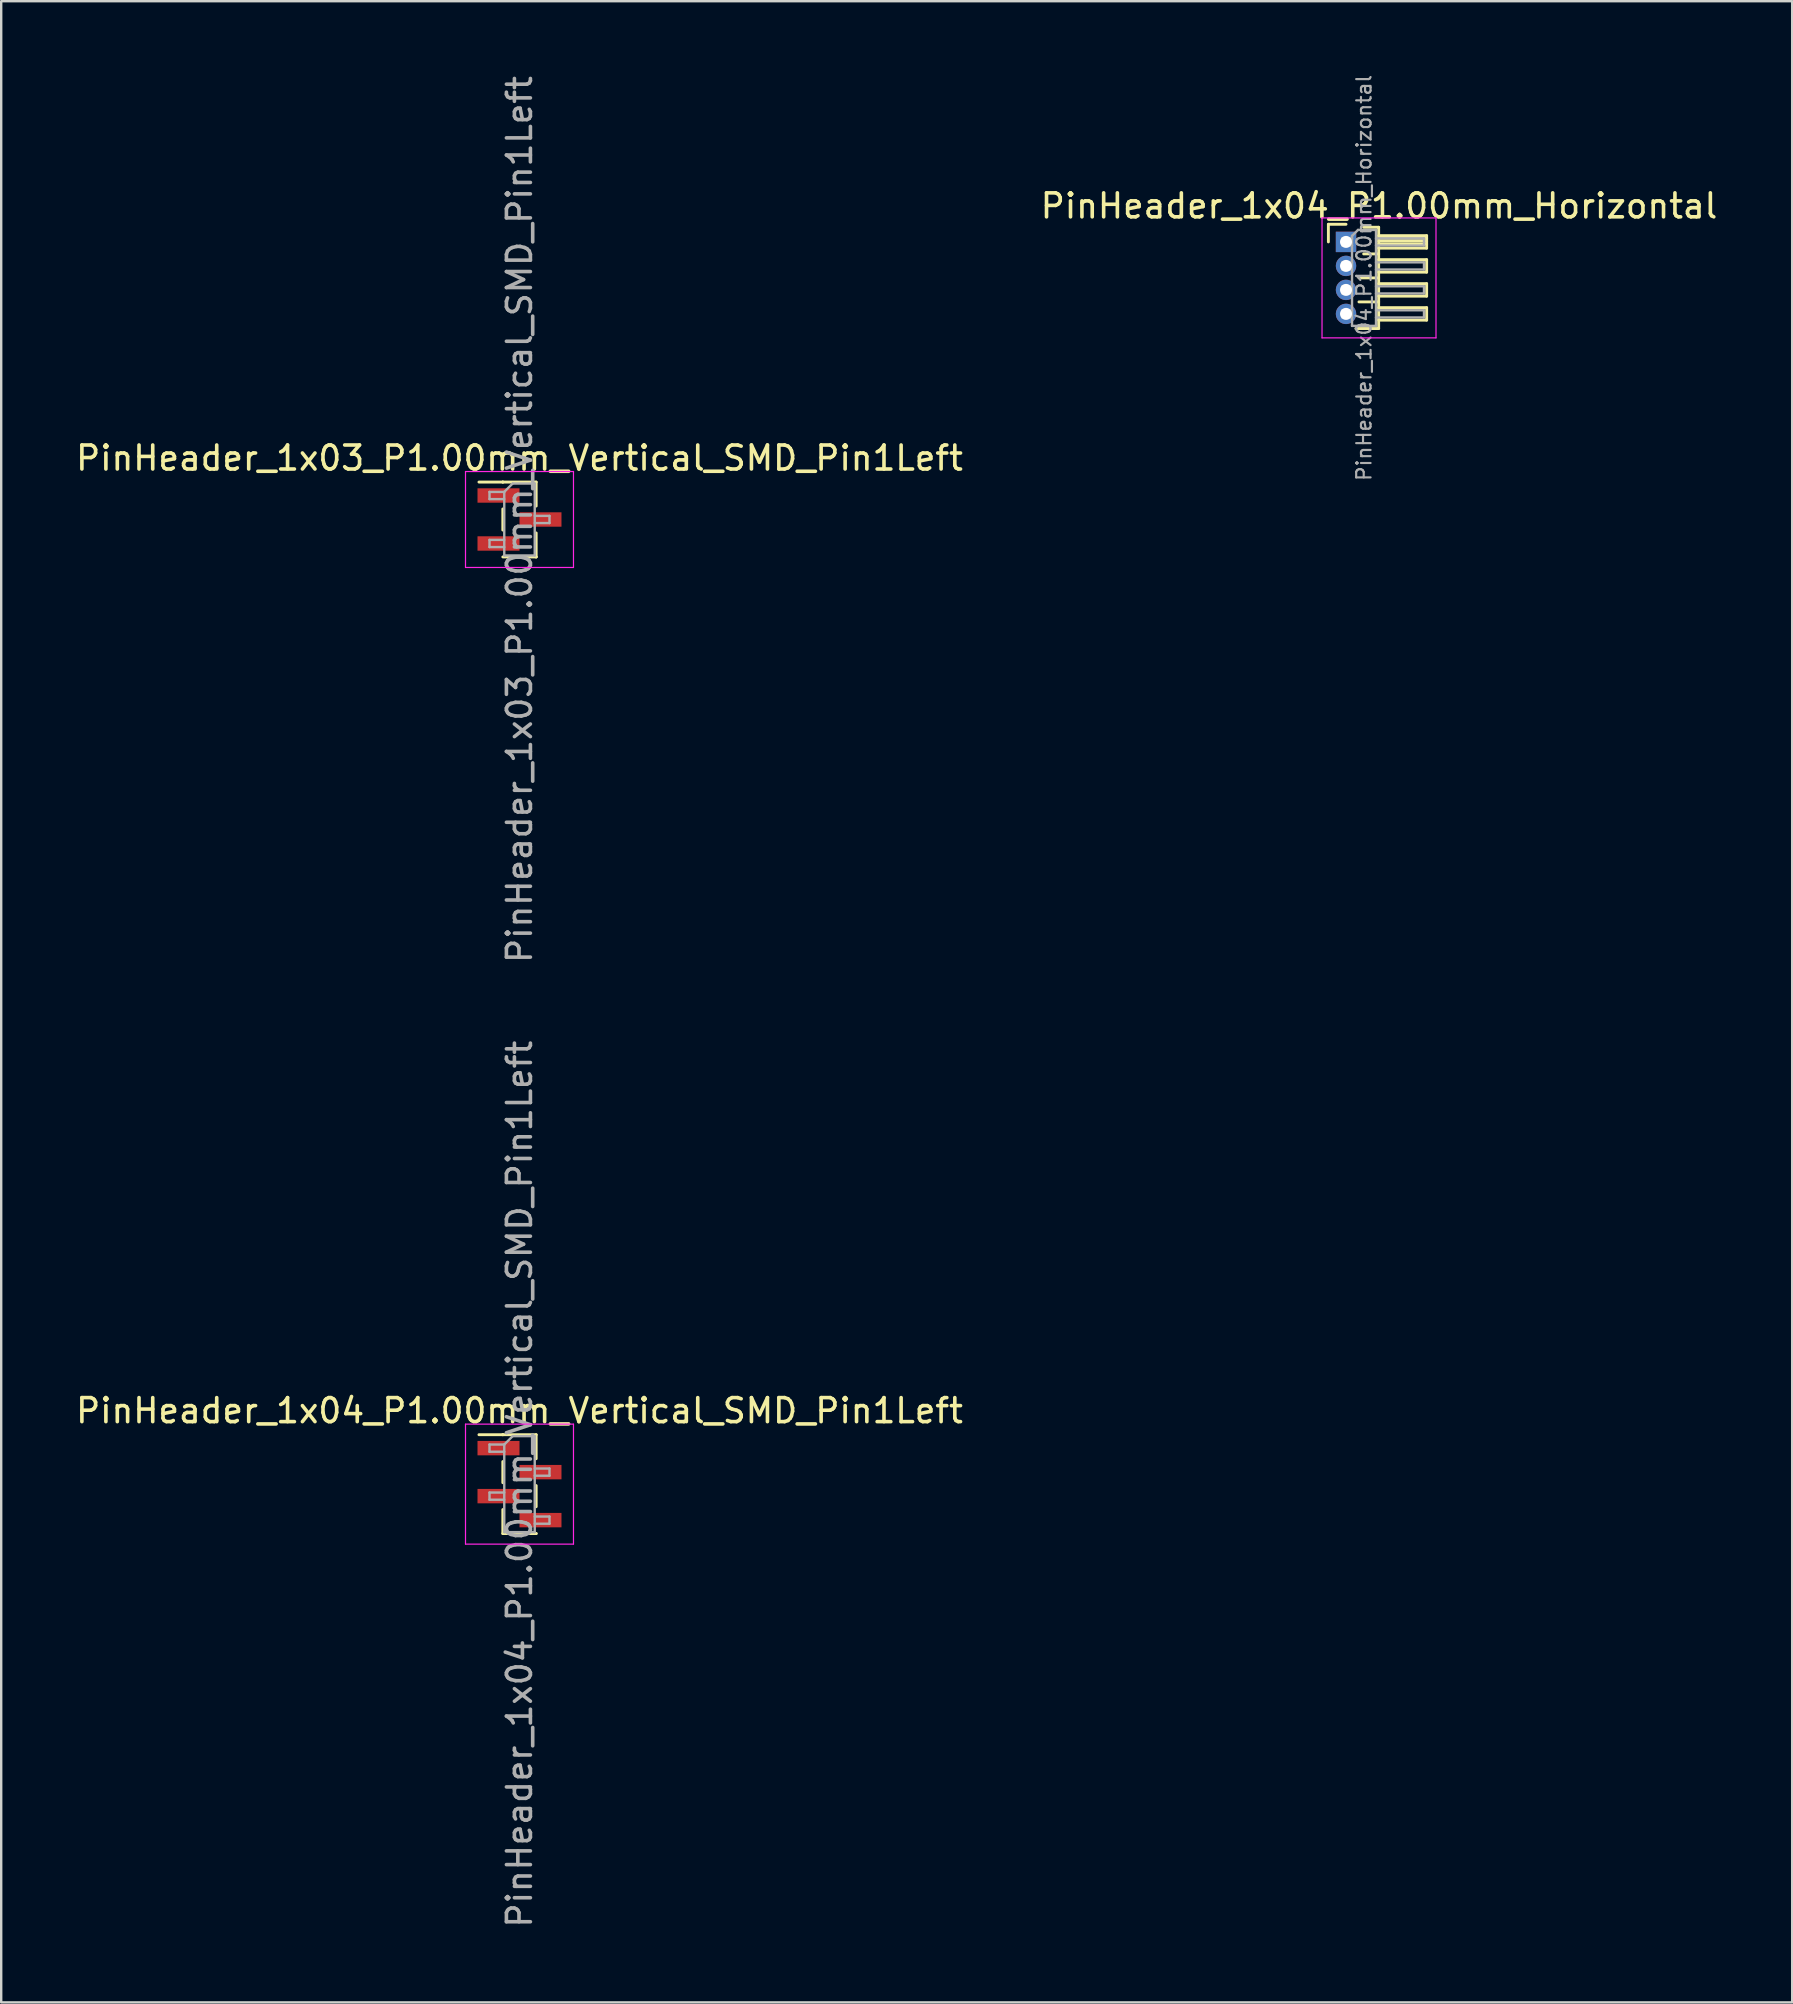
<source format=kicad_pcb>
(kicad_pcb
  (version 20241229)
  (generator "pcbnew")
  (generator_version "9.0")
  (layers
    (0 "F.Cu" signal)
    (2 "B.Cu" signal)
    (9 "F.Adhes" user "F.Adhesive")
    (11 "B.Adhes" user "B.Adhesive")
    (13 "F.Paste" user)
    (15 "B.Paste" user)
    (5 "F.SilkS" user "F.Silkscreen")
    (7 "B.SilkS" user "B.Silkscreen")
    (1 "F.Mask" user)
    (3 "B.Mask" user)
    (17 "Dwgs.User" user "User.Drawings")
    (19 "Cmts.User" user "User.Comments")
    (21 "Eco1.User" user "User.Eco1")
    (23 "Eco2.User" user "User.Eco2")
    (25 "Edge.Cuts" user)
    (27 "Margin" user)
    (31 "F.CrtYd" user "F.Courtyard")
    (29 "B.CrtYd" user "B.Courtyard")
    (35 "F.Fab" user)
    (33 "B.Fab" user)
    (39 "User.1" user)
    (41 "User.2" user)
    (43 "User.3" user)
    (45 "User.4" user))
  (footprint "PinHeader_1x03_P1.00mm_Vertical_SMD_Pin1Left"
    (layer "F.Cu")
    (at 18.601 18.601)
    (property "Reference" "PinHeader_1x03_P1.00mm_Vertical_SMD_Pin1Left" (at 0 -2.56 0) (layer "F.SilkS") (effects (font (size 1 1) (thickness 0.15))))
    (attr smd)
    (fp_line (start -0.695 -1.56) (end -1.69 -1.56) (stroke (width 0.12) (type solid)) (layer "F.SilkS"))
    (fp_line (start -0.695 -1.56) (end -0.695 -1.56) (stroke (width 0.12) (type solid)) (layer "F.SilkS"))
    (fp_line (start -0.695 -1.56) (end 0.695 -1.56) (stroke (width 0.12) (type solid)) (layer "F.SilkS"))
    (fp_line (start -0.695 -0.44) (end -0.695 0.44) (stroke (width 0.12) (type solid)) (layer "F.SilkS"))
    (fp_line (start -0.695 1.56) (end 0.695 1.56) (stroke (width 0.12) (type solid)) (layer "F.SilkS"))
    (fp_line (start 0.695 -1.56) (end 0.695 -0.56) (stroke (width 0.12) (type solid)) (layer "F.SilkS"))
    (fp_line (start 0.695 0.56) (end 0.695 1.56) (stroke (width 0.12) (type solid)) (layer "F.SilkS"))
    (fp_line (start 0.695 1.56) (end 0.695 1.56) (stroke (width 0.12) (type solid)) (layer "F.SilkS"))
    (fp_line (start -2.25 -2) (end -2.25 2) (stroke (width 0.05) (type solid)) (layer "F.CrtYd"))
    (fp_line (start -2.25 2) (end 2.25 2) (stroke (width 0.05) (type solid)) (layer "F.CrtYd"))
    (fp_line (start 2.25 -2) (end -2.25 -2) (stroke (width 0.05) (type solid)) (layer "F.CrtYd"))
    (fp_line (start 2.25 2) (end 2.25 -2) (stroke (width 0.05) (type solid)) (layer "F.CrtYd"))
    (fp_line (start -1.25 -1.15) (end -1.25 -0.85) (stroke (width 0.1) (type solid)) (layer "F.Fab"))
    (fp_line (start -1.25 -0.85) (end -0.635 -0.85) (stroke (width 0.1) (type solid)) (layer "F.Fab"))
    (fp_line (start -1.25 0.85) (end -1.25 1.15) (stroke (width 0.1) (type solid)) (layer "F.Fab"))
    (fp_line (start -1.25 1.15) (end -0.635 1.15) (stroke (width 0.1) (type solid)) (layer "F.Fab"))
    (fp_line (start -0.635 -1.15) (end -1.25 -1.15) (stroke (width 0.1) (type solid)) (layer "F.Fab"))
    (fp_line (start -0.635 -1.15) (end -0.285 -1.5) (stroke (width 0.1) (type solid)) (layer "F.Fab"))
    (fp_line (start -0.635 0.85) (end -1.25 0.85) (stroke (width 0.1) (type solid)) (layer "F.Fab"))
    (fp_line (start -0.635 1.5) (end -0.635 -1.15) (stroke (width 0.1) (type solid)) (layer "F.Fab"))
    (fp_line (start -0.285 -1.5) (end 0.635 -1.5) (stroke (width 0.1) (type solid)) (layer "F.Fab"))
    (fp_line (start 0.635 -1.5) (end 0.635 1.5) (stroke (width 0.1) (type solid)) (layer "F.Fab"))
    (fp_line (start 0.635 -0.15) (end 1.25 -0.15) (stroke (width 0.1) (type solid)) (layer "F.Fab"))
    (fp_line (start 0.635 1.5) (end -0.635 1.5) (stroke (width 0.1) (type solid)) (layer "F.Fab"))
    (fp_line (start 1.25 -0.15) (end 1.25 0.15) (stroke (width 0.1) (type solid)) (layer "F.Fab"))
    (fp_line (start 1.25 0.15) (end 0.635 0.15) (stroke (width 0.1) (type solid)) (layer "F.Fab"))
    (fp_text user "${REFERENCE}" (at 0 0 90) (layer "F.Fab") (effects (font (size 1 1) (thickness 0.15))))
    (pad "1" smd rect (at -0.875 -1) (size 1.75 0.6) (layers "F.Cu" "F.Mask" "F.Paste"))
    (pad "2" smd rect (at 0.875 0) (size 1.75 0.6) (layers "F.Cu" "F.Mask" "F.Paste"))
    (pad "3" smd rect (at -0.875 1) (size 1.75 0.6) (layers "F.Cu" "F.Mask" "F.Paste")))
  (footprint "PinHeader_1x04_P1.00mm_Vertical_SMD_Pin1Left"
    (layer "F.Cu")
    (at 18.601 58.804)
    (property "Reference" "PinHeader_1x04_P1.00mm_Vertical_SMD_Pin1Left" (at 0 -3.06 0) (layer "F.SilkS") (effects (font (size 1 1) (thickness 0.15))))
    (attr smd)
    (fp_line (start -0.695 -2.06) (end -1.69 -2.06) (stroke (width 0.12) (type solid)) (layer "F.SilkS"))
    (fp_line (start -0.695 -2.06) (end -0.695 -2.06) (stroke (width 0.12) (type solid)) (layer "F.SilkS"))
    (fp_line (start -0.695 -2.06) (end 0.695 -2.06) (stroke (width 0.12) (type solid)) (layer "F.SilkS"))
    (fp_line (start -0.695 -0.94) (end -0.695 -0.06) (stroke (width 0.12) (type solid)) (layer "F.SilkS"))
    (fp_line (start -0.695 1.06) (end -0.695 2.06) (stroke (width 0.12) (type solid)) (layer "F.SilkS"))
    (fp_line (start -0.695 2.06) (end 0.695 2.06) (stroke (width 0.12) (type solid)) (layer "F.SilkS"))
    (fp_line (start 0.695 -2.06) (end 0.695 -1.06) (stroke (width 0.12) (type solid)) (layer "F.SilkS"))
    (fp_line (start 0.695 0.06) (end 0.695 0.94) (stroke (width 0.12) (type solid)) (layer "F.SilkS"))
    (fp_line (start 0.695 2.06) (end 0.695 2.06) (stroke (width 0.12) (type solid)) (layer "F.SilkS"))
    (fp_line (start -2.25 -2.5) (end -2.25 2.5) (stroke (width 0.05) (type solid)) (layer "F.CrtYd"))
    (fp_line (start -2.25 2.5) (end 2.25 2.5) (stroke (width 0.05) (type solid)) (layer "F.CrtYd"))
    (fp_line (start 2.25 -2.5) (end -2.25 -2.5) (stroke (width 0.05) (type solid)) (layer "F.CrtYd"))
    (fp_line (start 2.25 2.5) (end 2.25 -2.5) (stroke (width 0.05) (type solid)) (layer "F.CrtYd"))
    (fp_line (start -1.25 -1.65) (end -1.25 -1.35) (stroke (width 0.1) (type solid)) (layer "F.Fab"))
    (fp_line (start -1.25 -1.35) (end -0.635 -1.35) (stroke (width 0.1) (type solid)) (layer "F.Fab"))
    (fp_line (start -1.25 0.35) (end -1.25 0.65) (stroke (width 0.1) (type solid)) (layer "F.Fab"))
    (fp_line (start -1.25 0.65) (end -0.635 0.65) (stroke (width 0.1) (type solid)) (layer "F.Fab"))
    (fp_line (start -0.635 -1.65) (end -1.25 -1.65) (stroke (width 0.1) (type solid)) (layer "F.Fab"))
    (fp_line (start -0.635 -1.65) (end -0.285 -2) (stroke (width 0.1) (type solid)) (layer "F.Fab"))
    (fp_line (start -0.635 0.35) (end -1.25 0.35) (stroke (width 0.1) (type solid)) (layer "F.Fab"))
    (fp_line (start -0.635 2) (end -0.635 -1.65) (stroke (width 0.1) (type solid)) (layer "F.Fab"))
    (fp_line (start -0.285 -2) (end 0.635 -2) (stroke (width 0.1) (type solid)) (layer "F.Fab"))
    (fp_line (start 0.635 -2) (end 0.635 2) (stroke (width 0.1) (type solid)) (layer "F.Fab"))
    (fp_line (start 0.635 -0.65) (end 1.25 -0.65) (stroke (width 0.1) (type solid)) (layer "F.Fab"))
    (fp_line (start 0.635 1.35) (end 1.25 1.35) (stroke (width 0.1) (type solid)) (layer "F.Fab"))
    (fp_line (start 0.635 2) (end -0.635 2) (stroke (width 0.1) (type solid)) (layer "F.Fab"))
    (fp_line (start 1.25 -0.65) (end 1.25 -0.35) (stroke (width 0.1) (type solid)) (layer "F.Fab"))
    (fp_line (start 1.25 -0.35) (end 0.635 -0.35) (stroke (width 0.1) (type solid)) (layer "F.Fab"))
    (fp_line (start 1.25 1.35) (end 1.25 1.65) (stroke (width 0.1) (type solid)) (layer "F.Fab"))
    (fp_line (start 1.25 1.65) (end 0.635 1.65) (stroke (width 0.1) (type solid)) (layer "F.Fab"))
    (fp_text user "${REFERENCE}" (at 0 0 90) (layer "F.Fab") (effects (font (size 1 1) (thickness 0.15))))
    (pad "1" smd rect (at -0.875 -1.5) (size 1.75 0.6) (layers "F.Cu" "F.Mask" "F.Paste"))
    (pad "2" smd rect (at 0.875 -0.5) (size 1.75 0.6) (layers "F.Cu" "F.Mask" "F.Paste"))
    (pad "3" smd rect (at -0.875 0.5) (size 1.75 0.6) (layers "F.Cu" "F.Mask" "F.Paste"))
    (pad "4" smd rect (at 0.875 1.5) (size 1.75 0.6) (layers "F.Cu" "F.Mask" "F.Paste")))
  (footprint "PinHeader_1x04_P1.00mm_Horizontal"
    (layer "F.Cu")
    (at 53.048 7.032)
    (property "Reference" "PinHeader_1x04_P1.00mm_Horizontal" (at 1.375 -1.5 0) (layer "F.SilkS") (effects (font (size 1 1) (thickness 0.15))))
    (attr through_hole)
    (fp_line (start -0.735 -0.735) (end 0 -0.735) (stroke (width 0.12) (type solid)) (layer "F.SilkS"))
    (fp_line (start -0.735 0) (end -0.735 -0.735) (stroke (width 0.12) (type solid)) (layer "F.SilkS"))
    (fp_line (start 0.539 1.5) (end 1.36 1.5) (stroke (width 0.12) (type solid)) (layer "F.SilkS"))
    (fp_line (start 0.539 2.5) (end 1.36 2.5) (stroke (width 0.12) (type solid)) (layer "F.SilkS"))
    (fp_line (start 0.735 -0.61) (end 1.36 -0.61) (stroke (width 0.12) (type solid)) (layer "F.SilkS"))
    (fp_line (start 0.735 0.5) (end 1.36 0.5) (stroke (width 0.12) (type solid)) (layer "F.SilkS"))
    (fp_line (start 1.36 -0.61) (end 1.36 3.61) (stroke (width 0.12) (type solid)) (layer "F.SilkS"))
    (fp_line (start 1.36 -0.26) (end 3.36 -0.26) (stroke (width 0.12) (type solid)) (layer "F.SilkS"))
    (fp_line (start 1.36 -0.15) (end 3.36 -0.15) (stroke (width 0.12) (type solid)) (layer "F.SilkS"))
    (fp_line (start 1.36 -0.03) (end 3.36 -0.03) (stroke (width 0.12) (type solid)) (layer "F.SilkS"))
    (fp_line (start 1.36 0.09) (end 3.36 0.09) (stroke (width 0.12) (type solid)) (layer "F.SilkS"))
    (fp_line (start 1.36 0.74) (end 3.36 0.74) (stroke (width 0.12) (type solid)) (layer "F.SilkS"))
    (fp_line (start 1.36 1.74) (end 3.36 1.74) (stroke (width 0.12) (type solid)) (layer "F.SilkS"))
    (fp_line (start 1.36 2.74) (end 3.36 2.74) (stroke (width 0.12) (type solid)) (layer "F.SilkS"))
    (fp_line (start 1.36 3.61) (end 0.41 3.61) (stroke (width 0.12) (type solid)) (layer "F.SilkS"))
    (fp_line (start 3.36 -0.26) (end 3.36 0.26) (stroke (width 0.12) (type solid)) (layer "F.SilkS"))
    (fp_line (start 3.36 0.26) (end 1.36 0.26) (stroke (width 0.12) (type solid)) (layer "F.SilkS"))
    (fp_line (start 3.36 0.74) (end 3.36 1.26) (stroke (width 0.12) (type solid)) (layer "F.SilkS"))
    (fp_line (start 3.36 1.26) (end 1.36 1.26) (stroke (width 0.12) (type solid)) (layer "F.SilkS"))
    (fp_line (start 3.36 1.74) (end 3.36 2.26) (stroke (width 0.12) (type solid)) (layer "F.SilkS"))
    (fp_line (start 3.36 2.26) (end 1.36 2.26) (stroke (width 0.12) (type solid)) (layer "F.SilkS"))
    (fp_line (start 3.36 2.74) (end 3.36 3.26) (stroke (width 0.12) (type solid)) (layer "F.SilkS"))
    (fp_line (start 3.36 3.26) (end 1.36 3.26) (stroke (width 0.12) (type solid)) (layer "F.SilkS"))
    (fp_line (start -1 -1) (end -1 4) (stroke (width 0.05) (type solid)) (layer "F.CrtYd"))
    (fp_line (start -1 4) (end 3.75 4) (stroke (width 0.05) (type solid)) (layer "F.CrtYd"))
    (fp_line (start 3.75 -1) (end -1 -1) (stroke (width 0.05) (type solid)) (layer "F.CrtYd"))
    (fp_line (start 3.75 4) (end 3.75 -1) (stroke (width 0.05) (type solid)) (layer "F.CrtYd"))
    (fp_line (start -0.15 -0.15) (end -0.15 0.15) (stroke (width 0.1) (type solid)) (layer "F.Fab"))
    (fp_line (start -0.15 -0.15) (end 0.25 -0.15) (stroke (width 0.1) (type solid)) (layer "F.Fab"))
    (fp_line (start -0.15 0.15) (end 0.25 0.15) (stroke (width 0.1) (type solid)) (layer "F.Fab"))
    (fp_line (start -0.15 0.85) (end -0.15 1.15) (stroke (width 0.1) (type solid)) (layer "F.Fab"))
    (fp_line (start -0.15 0.85) (end 0.25 0.85) (stroke (width 0.1) (type solid)) (layer "F.Fab"))
    (fp_line (start -0.15 1.15) (end 0.25 1.15) (stroke (width 0.1) (type solid)) (layer "F.Fab"))
    (fp_line (start -0.15 1.85) (end -0.15 2.15) (stroke (width 0.1) (type solid)) (layer "F.Fab"))
    (fp_line (start -0.15 1.85) (end 0.25 1.85) (stroke (width 0.1) (type solid)) (layer "F.Fab"))
    (fp_line (start -0.15 2.15) (end 0.25 2.15) (stroke (width 0.1) (type solid)) (layer "F.Fab"))
    (fp_line (start -0.15 2.85) (end -0.15 3.15) (stroke (width 0.1) (type solid)) (layer "F.Fab"))
    (fp_line (start -0.15 2.85) (end 0.25 2.85) (stroke (width 0.1) (type solid)) (layer "F.Fab"))
    (fp_line (start -0.15 3.15) (end 0.25 3.15) (stroke (width 0.1) (type solid)) (layer "F.Fab"))
    (fp_line (start 0.25 -0.25) (end 0.5 -0.5) (stroke (width 0.1) (type solid)) (layer "F.Fab"))
    (fp_line (start 0.25 3.5) (end 0.25 -0.25) (stroke (width 0.1) (type solid)) (layer "F.Fab"))
    (fp_line (start 0.5 -0.5) (end 1.25 -0.5) (stroke (width 0.1) (type solid)) (layer "F.Fab"))
    (fp_line (start 1.25 -0.5) (end 1.25 3.5) (stroke (width 0.1) (type solid)) (layer "F.Fab"))
    (fp_line (start 1.25 -0.15) (end 3.25 -0.15) (stroke (width 0.1) (type solid)) (layer "F.Fab"))
    (fp_line (start 1.25 0.15) (end 3.25 0.15) (stroke (width 0.1) (type solid)) (layer "F.Fab"))
    (fp_line (start 1.25 0.85) (end 3.25 0.85) (stroke (width 0.1) (type solid)) (layer "F.Fab"))
    (fp_line (start 1.25 1.15) (end 3.25 1.15) (stroke (width 0.1) (type solid)) (layer "F.Fab"))
    (fp_line (start 1.25 1.85) (end 3.25 1.85) (stroke (width 0.1) (type solid)) (layer "F.Fab"))
    (fp_line (start 1.25 2.15) (end 3.25 2.15) (stroke (width 0.1) (type solid)) (layer "F.Fab"))
    (fp_line (start 1.25 2.85) (end 3.25 2.85) (stroke (width 0.1) (type solid)) (layer "F.Fab"))
    (fp_line (start 1.25 3.15) (end 3.25 3.15) (stroke (width 0.1) (type solid)) (layer "F.Fab"))
    (fp_line (start 1.25 3.5) (end 0.25 3.5) (stroke (width 0.1) (type solid)) (layer "F.Fab"))
    (fp_line (start 3.25 -0.15) (end 3.25 0.15) (stroke (width 0.1) (type solid)) (layer "F.Fab"))
    (fp_line (start 3.25 0.85) (end 3.25 1.15) (stroke (width 0.1) (type solid)) (layer "F.Fab"))
    (fp_line (start 3.25 1.85) (end 3.25 2.15) (stroke (width 0.1) (type solid)) (layer "F.Fab"))
    (fp_line (start 3.25 2.85) (end 3.25 3.15) (stroke (width 0.1) (type solid)) (layer "F.Fab"))
    (fp_text user "${REFERENCE}" (at 0.75 1.5 90) (layer "F.Fab") (effects (font (size 0.6 0.6) (thickness 0.09))))
    (pad "1" thru_hole rect (at 0 0) (size 0.85 0.85) (drill 0.5) (layers "*.Cu" "*.Mask"))
    (pad "2" thru_hole circle (at 0 1) (size 0.85 0.85) (drill 0.5) (layers "*.Cu" "*.Mask"))
    (pad "3" thru_hole circle (at 0 2) (size 0.85 0.85) (drill 0.5) (layers "*.Cu" "*.Mask"))
    (pad "4" thru_hole circle (at 0 3) (size 0.85 0.85) (drill 0.5) (layers "*.Cu" "*.Mask")))
  (gr_rect
    (start -3 -3)
    (end 71.643 80.405)
    (stroke (width 0.1) (type default))
    (fill no)
    (layer "Edge.Cuts")))
</source>
